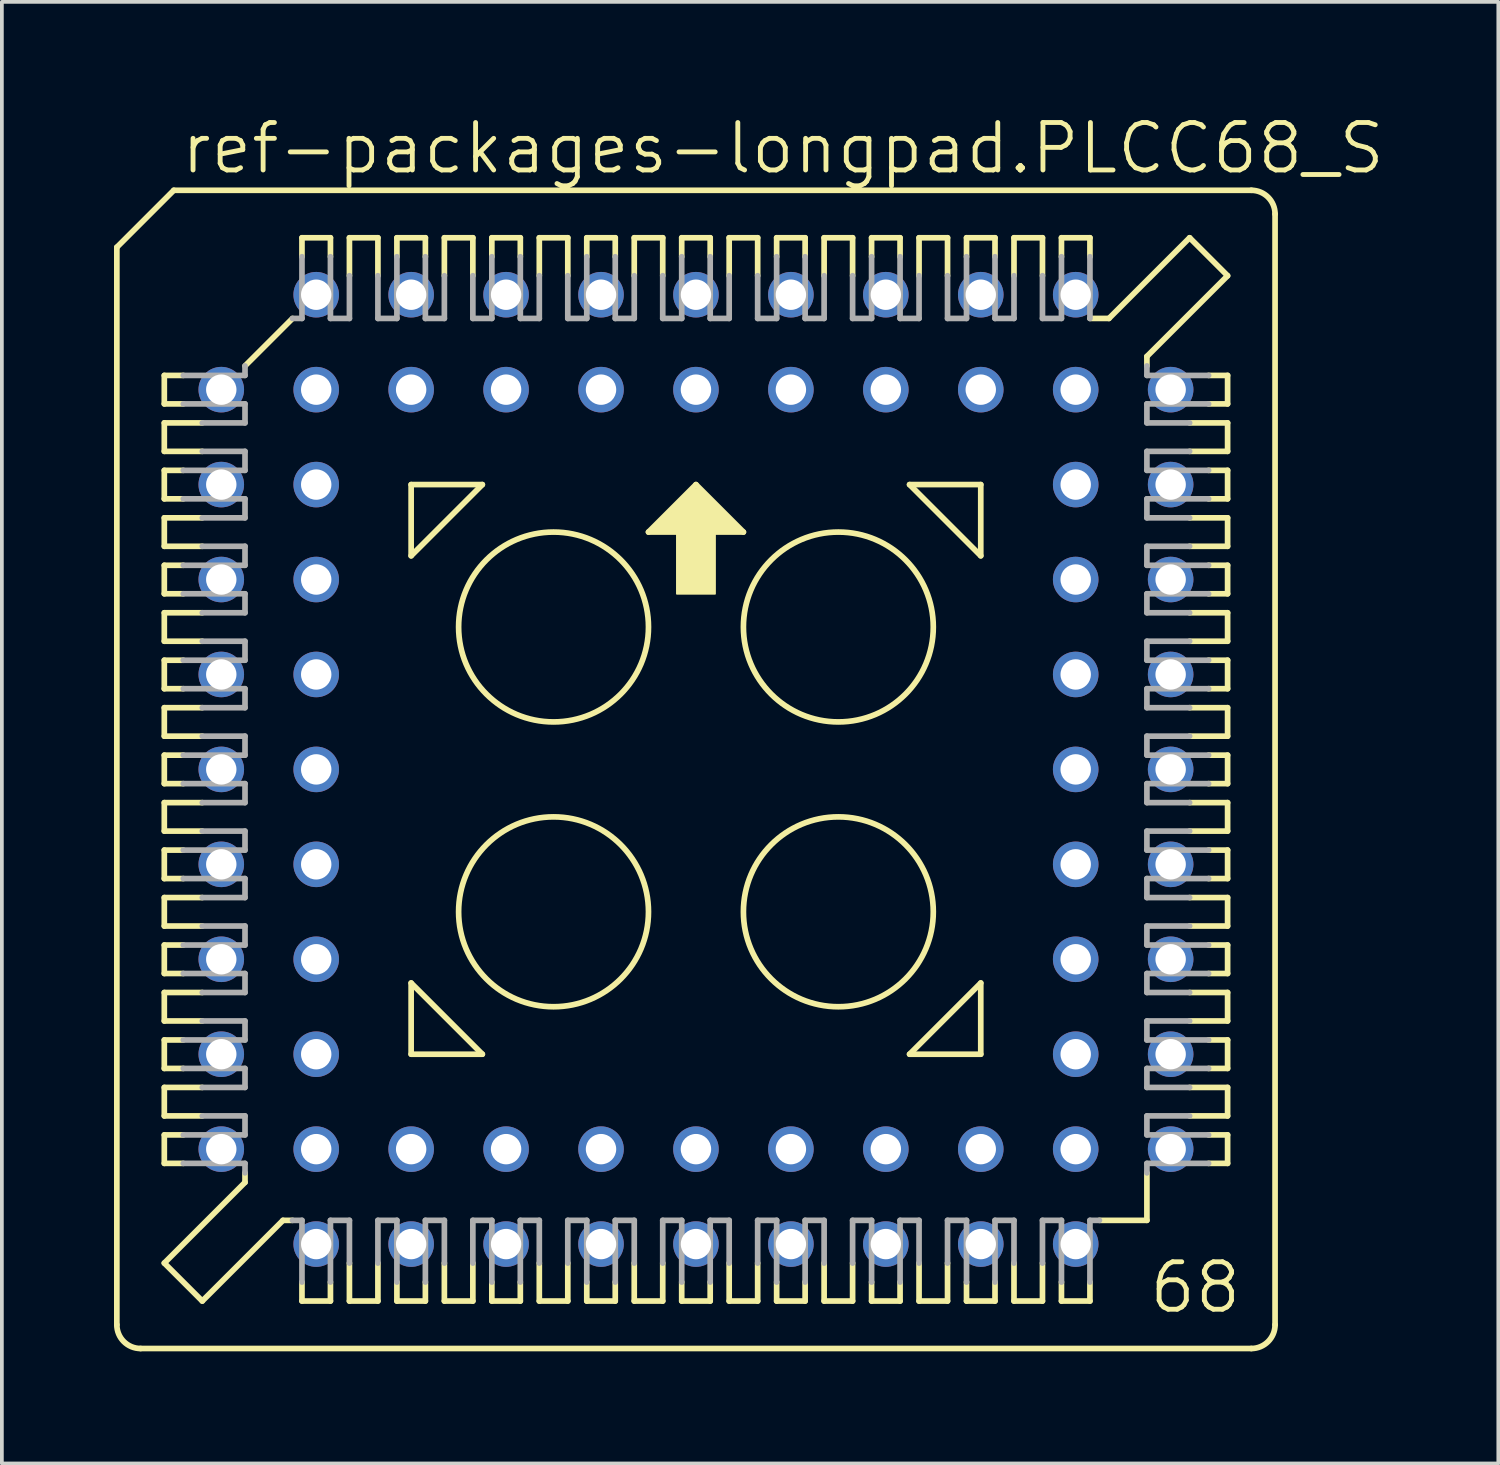
<source format=kicad_pcb>
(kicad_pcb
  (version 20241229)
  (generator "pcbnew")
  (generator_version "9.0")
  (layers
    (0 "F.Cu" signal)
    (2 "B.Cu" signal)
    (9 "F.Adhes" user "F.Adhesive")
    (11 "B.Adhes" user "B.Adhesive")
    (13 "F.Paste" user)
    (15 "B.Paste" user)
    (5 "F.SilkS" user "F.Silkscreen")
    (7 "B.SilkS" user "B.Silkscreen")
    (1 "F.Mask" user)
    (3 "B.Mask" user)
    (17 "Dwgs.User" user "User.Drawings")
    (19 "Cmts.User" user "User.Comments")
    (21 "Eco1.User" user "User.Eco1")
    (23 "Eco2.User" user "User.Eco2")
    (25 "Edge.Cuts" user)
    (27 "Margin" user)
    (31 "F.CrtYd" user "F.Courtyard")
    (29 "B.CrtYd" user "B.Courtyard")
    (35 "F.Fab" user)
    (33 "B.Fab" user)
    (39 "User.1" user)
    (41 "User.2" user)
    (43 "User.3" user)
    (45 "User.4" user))
  (footprint "ref-packages-longpad.PLCC68_S"
    (layer "F.Cu")
    (at 15.57 17.535)
    (property "Reference" "ref-packages-longpad.PLCC68_S" (at -13.843 -15.875 0) (layer "F.SilkS") (effects (font (size 1.27 1.27) (thickness 0.13)) (justify left bottom)))
    (attr through_hole)
    (fp_line (start -15.494 -13.97) (end -15.494 14.859) (stroke (width 0.152) (type default)) (layer "F.SilkS"))
    (fp_line (start -14.224 -10.541) (end -14.224 -9.779) (stroke (width 0.152) (type default)) (layer "F.SilkS"))
    (fp_line (start -14.224 -9.779) (end -13.716 -9.779) (stroke (width 0.152) (type default)) (layer "F.SilkS"))
    (fp_line (start -14.224 -9.271) (end -14.224 -8.509) (stroke (width 0.152) (type default)) (layer "F.SilkS"))
    (fp_line (start -14.224 -8.509) (end -13.208 -8.509) (stroke (width 0.152) (type default)) (layer "F.SilkS"))
    (fp_line (start -14.224 -8.001) (end -13.716 -8.001) (stroke (width 0.152) (type default)) (layer "F.SilkS"))
    (fp_line (start -14.224 -7.239) (end -14.224 -8.001) (stroke (width 0.152) (type default)) (layer "F.SilkS"))
    (fp_line (start -14.224 -6.731) (end -14.224 -5.969) (stroke (width 0.152) (type default)) (layer "F.SilkS"))
    (fp_line (start -14.224 -5.969) (end -13.208 -5.969) (stroke (width 0.152) (type default)) (layer "F.SilkS"))
    (fp_line (start -14.224 -5.461) (end -14.224 -4.699) (stroke (width 0.152) (type default)) (layer "F.SilkS"))
    (fp_line (start -14.224 -4.699) (end -13.716 -4.699) (stroke (width 0.152) (type default)) (layer "F.SilkS"))
    (fp_line (start -14.224 -4.191) (end -14.224 -3.429) (stroke (width 0.152) (type default)) (layer "F.SilkS"))
    (fp_line (start -14.224 -3.429) (end -13.208 -3.429) (stroke (width 0.152) (type default)) (layer "F.SilkS"))
    (fp_line (start -14.224 -2.921) (end -14.224 -2.159) (stroke (width 0.152) (type default)) (layer "F.SilkS"))
    (fp_line (start -14.224 -2.159) (end -13.716 -2.159) (stroke (width 0.152) (type default)) (layer "F.SilkS"))
    (fp_line (start -14.224 -1.651) (end -13.208 -1.651) (stroke (width 0.152) (type default)) (layer "F.SilkS"))
    (fp_line (start -14.224 -0.889) (end -14.224 -1.651) (stroke (width 0.152) (type default)) (layer "F.SilkS"))
    (fp_line (start -14.224 -0.381) (end -13.716 -0.381) (stroke (width 0.152) (type default)) (layer "F.SilkS"))
    (fp_line (start -14.224 0.381) (end -14.224 -0.381) (stroke (width 0.152) (type default)) (layer "F.SilkS"))
    (fp_line (start -14.224 0.889) (end -13.208 0.889) (stroke (width 0.152) (type default)) (layer "F.SilkS"))
    (fp_line (start -14.224 1.651) (end -14.224 0.889) (stroke (width 0.152) (type default)) (layer "F.SilkS"))
    (fp_line (start -14.224 2.159) (end -13.716 2.159) (stroke (width 0.152) (type default)) (layer "F.SilkS"))
    (fp_line (start -14.224 2.921) (end -14.224 2.159) (stroke (width 0.152) (type default)) (layer "F.SilkS"))
    (fp_line (start -14.224 3.429) (end -13.208 3.429) (stroke (width 0.152) (type default)) (layer "F.SilkS"))
    (fp_line (start -14.224 4.191) (end -14.224 3.429) (stroke (width 0.152) (type default)) (layer "F.SilkS"))
    (fp_line (start -14.224 4.699) (end -13.716 4.699) (stroke (width 0.152) (type default)) (layer "F.SilkS"))
    (fp_line (start -14.224 5.461) (end -14.224 4.699) (stroke (width 0.152) (type default)) (layer "F.SilkS"))
    (fp_line (start -14.224 5.969) (end -14.224 6.731) (stroke (width 0.152) (type default)) (layer "F.SilkS"))
    (fp_line (start -14.224 6.731) (end -13.208 6.731) (stroke (width 0.152) (type default)) (layer "F.SilkS"))
    (fp_line (start -14.224 7.239) (end -14.224 8.001) (stroke (width 0.152) (type default)) (layer "F.SilkS"))
    (fp_line (start -14.224 8.001) (end -13.716 8.001) (stroke (width 0.152) (type default)) (layer "F.SilkS"))
    (fp_line (start -14.224 8.509) (end -14.224 9.271) (stroke (width 0.152) (type default)) (layer "F.SilkS"))
    (fp_line (start -14.224 9.271) (end -13.208 9.271) (stroke (width 0.152) (type default)) (layer "F.SilkS"))
    (fp_line (start -14.224 9.779) (end -13.716 9.779) (stroke (width 0.152) (type default)) (layer "F.SilkS"))
    (fp_line (start -14.224 10.541) (end -14.224 9.779) (stroke (width 0.152) (type default)) (layer "F.SilkS"))
    (fp_line (start -14.224 13.208) (end -12.065 11.049) (stroke (width 0.152) (type default)) (layer "F.SilkS"))
    (fp_line (start -13.97 -15.494) (end -15.494 -13.97) (stroke (width 0.152) (type default)) (layer "F.SilkS"))
    (fp_line (start -13.716 -10.541) (end -14.224 -10.541) (stroke (width 0.152) (type default)) (layer "F.SilkS"))
    (fp_line (start -13.716 -7.239) (end -14.224 -7.239) (stroke (width 0.152) (type default)) (layer "F.SilkS"))
    (fp_line (start -13.716 -5.461) (end -14.224 -5.461) (stroke (width 0.152) (type default)) (layer "F.SilkS"))
    (fp_line (start -13.716 -2.921) (end -14.224 -2.921) (stroke (width 0.152) (type default)) (layer "F.SilkS"))
    (fp_line (start -13.716 0.381) (end -14.224 0.381) (stroke (width 0.152) (type default)) (layer "F.SilkS"))
    (fp_line (start -13.716 2.921) (end -14.224 2.921) (stroke (width 0.152) (type default)) (layer "F.SilkS"))
    (fp_line (start -13.716 5.461) (end -14.224 5.461) (stroke (width 0.152) (type default)) (layer "F.SilkS"))
    (fp_line (start -13.716 7.239) (end -14.224 7.239) (stroke (width 0.152) (type default)) (layer "F.SilkS"))
    (fp_line (start -13.716 10.541) (end -14.224 10.541) (stroke (width 0.152) (type default)) (layer "F.SilkS"))
    (fp_line (start -13.208 -9.271) (end -14.224 -9.271) (stroke (width 0.152) (type default)) (layer "F.SilkS"))
    (fp_line (start -13.208 -6.731) (end -14.224 -6.731) (stroke (width 0.152) (type default)) (layer "F.SilkS"))
    (fp_line (start -13.208 -4.191) (end -14.224 -4.191) (stroke (width 0.152) (type default)) (layer "F.SilkS"))
    (fp_line (start -13.208 -0.889) (end -14.224 -0.889) (stroke (width 0.152) (type default)) (layer "F.SilkS"))
    (fp_line (start -13.208 1.651) (end -14.224 1.651) (stroke (width 0.152) (type default)) (layer "F.SilkS"))
    (fp_line (start -13.208 4.191) (end -14.224 4.191) (stroke (width 0.152) (type default)) (layer "F.SilkS"))
    (fp_line (start -13.208 5.969) (end -14.224 5.969) (stroke (width 0.152) (type default)) (layer "F.SilkS"))
    (fp_line (start -13.208 8.509) (end -14.224 8.509) (stroke (width 0.152) (type default)) (layer "F.SilkS"))
    (fp_line (start -13.208 14.224) (end -14.224 13.208) (stroke (width 0.152) (type default)) (layer "F.SilkS"))
    (fp_line (start -13.208 14.224) (end -11.049 12.065) (stroke (width 0.152) (type default)) (layer "F.SilkS"))
    (fp_line (start -12.065 -10.795) (end -10.795 -12.065) (stroke (width 0.152) (type default)) (layer "F.SilkS"))
    (fp_line (start -12.065 11.049) (end -12.065 10.795) (stroke (width 0.152) (type default)) (layer "F.SilkS"))
    (fp_line (start -11.049 12.065) (end -10.795 12.065) (stroke (width 0.152) (type default)) (layer "F.SilkS"))
    (fp_line (start -10.541 -14.224) (end -10.541 -13.716) (stroke (width 0.152) (type default)) (layer "F.SilkS"))
    (fp_line (start -10.541 13.716) (end -10.541 14.224) (stroke (width 0.152) (type default)) (layer "F.SilkS"))
    (fp_line (start -10.541 14.224) (end -9.779 14.224) (stroke (width 0.152) (type default)) (layer "F.SilkS"))
    (fp_line (start -9.779 -14.224) (end -10.541 -14.224) (stroke (width 0.152) (type default)) (layer "F.SilkS"))
    (fp_line (start -9.779 -13.716) (end -9.779 -14.224) (stroke (width 0.152) (type default)) (layer "F.SilkS"))
    (fp_line (start -9.779 14.224) (end -9.779 13.716) (stroke (width 0.152) (type default)) (layer "F.SilkS"))
    (fp_line (start -9.271 -14.224) (end -9.271 -13.208) (stroke (width 0.152) (type default)) (layer "F.SilkS"))
    (fp_line (start -9.271 13.208) (end -9.271 14.224) (stroke (width 0.152) (type default)) (layer "F.SilkS"))
    (fp_line (start -9.271 14.224) (end -8.509 14.224) (stroke (width 0.152) (type default)) (layer "F.SilkS"))
    (fp_line (start -8.509 -14.224) (end -9.271 -14.224) (stroke (width 0.152) (type default)) (layer "F.SilkS"))
    (fp_line (start -8.509 -13.208) (end -8.509 -14.224) (stroke (width 0.152) (type default)) (layer "F.SilkS"))
    (fp_line (start -8.509 14.224) (end -8.509 13.208) (stroke (width 0.152) (type default)) (layer "F.SilkS"))
    (fp_line (start -8.001 -14.224) (end -8.001 -13.716) (stroke (width 0.152) (type default)) (layer "F.SilkS"))
    (fp_line (start -8.001 14.224) (end -8.001 13.716) (stroke (width 0.152) (type default)) (layer "F.SilkS"))
    (fp_line (start -7.62 -7.62) (end -5.715 -7.62) (stroke (width 0.152) (type default)) (layer "F.SilkS"))
    (fp_line (start -7.62 -5.715) (end -7.62 -7.62) (stroke (width 0.152) (type default)) (layer "F.SilkS"))
    (fp_line (start -7.62 5.715) (end -5.715 7.62) (stroke (width 0.152) (type default)) (layer "F.SilkS"))
    (fp_line (start -7.62 7.62) (end -7.62 5.715) (stroke (width 0.152) (type default)) (layer "F.SilkS"))
    (fp_line (start -7.239 -14.224) (end -8.001 -14.224) (stroke (width 0.152) (type default)) (layer "F.SilkS"))
    (fp_line (start -7.239 -13.716) (end -7.239 -14.224) (stroke (width 0.152) (type default)) (layer "F.SilkS"))
    (fp_line (start -7.239 13.716) (end -7.239 14.224) (stroke (width 0.152) (type default)) (layer "F.SilkS"))
    (fp_line (start -7.239 14.224) (end -8.001 14.224) (stroke (width 0.152) (type default)) (layer "F.SilkS"))
    (fp_line (start -6.731 -14.224) (end -6.731 -13.208) (stroke (width 0.152) (type default)) (layer "F.SilkS"))
    (fp_line (start -6.731 13.208) (end -6.731 14.224) (stroke (width 0.152) (type default)) (layer "F.SilkS"))
    (fp_line (start -6.731 14.224) (end -5.969 14.224) (stroke (width 0.152) (type default)) (layer "F.SilkS"))
    (fp_line (start -5.969 -14.224) (end -6.731 -14.224) (stroke (width 0.152) (type default)) (layer "F.SilkS"))
    (fp_line (start -5.969 -13.208) (end -5.969 -14.224) (stroke (width 0.152) (type default)) (layer "F.SilkS"))
    (fp_line (start -5.969 14.224) (end -5.969 13.208) (stroke (width 0.152) (type default)) (layer "F.SilkS"))
    (fp_line (start -5.715 -7.62) (end -7.62 -5.715) (stroke (width 0.152) (type default)) (layer "F.SilkS"))
    (fp_line (start -5.715 7.62) (end -7.62 7.62) (stroke (width 0.152) (type default)) (layer "F.SilkS"))
    (fp_line (start -5.461 -14.224) (end -5.461 -13.716) (stroke (width 0.152) (type default)) (layer "F.SilkS"))
    (fp_line (start -5.461 13.716) (end -5.461 14.224) (stroke (width 0.152) (type default)) (layer "F.SilkS"))
    (fp_line (start -5.461 14.224) (end -4.699 14.224) (stroke (width 0.152) (type default)) (layer "F.SilkS"))
    (fp_line (start -4.699 -14.224) (end -5.461 -14.224) (stroke (width 0.152) (type default)) (layer "F.SilkS"))
    (fp_line (start -4.699 -13.716) (end -4.699 -14.224) (stroke (width 0.152) (type default)) (layer "F.SilkS"))
    (fp_line (start -4.699 14.224) (end -4.699 13.716) (stroke (width 0.152) (type default)) (layer "F.SilkS"))
    (fp_line (start -4.191 -14.224) (end -4.191 -13.208) (stroke (width 0.152) (type default)) (layer "F.SilkS"))
    (fp_line (start -4.191 13.208) (end -4.191 14.224) (stroke (width 0.152) (type default)) (layer "F.SilkS"))
    (fp_line (start -4.191 14.224) (end -3.429 14.224) (stroke (width 0.152) (type default)) (layer "F.SilkS"))
    (fp_line (start -3.429 -14.224) (end -4.191 -14.224) (stroke (width 0.152) (type default)) (layer "F.SilkS"))
    (fp_line (start -3.429 -13.208) (end -3.429 -14.224) (stroke (width 0.152) (type default)) (layer "F.SilkS"))
    (fp_line (start -3.429 14.224) (end -3.429 13.208) (stroke (width 0.152) (type default)) (layer "F.SilkS"))
    (fp_line (start -2.921 -14.224) (end -2.921 -13.716) (stroke (width 0.152) (type default)) (layer "F.SilkS"))
    (fp_line (start -2.921 13.716) (end -2.921 14.224) (stroke (width 0.152) (type default)) (layer "F.SilkS"))
    (fp_line (start -2.921 14.224) (end -2.159 14.224) (stroke (width 0.152) (type default)) (layer "F.SilkS"))
    (fp_line (start -2.159 -14.224) (end -2.921 -14.224) (stroke (width 0.152) (type default)) (layer "F.SilkS"))
    (fp_line (start -2.159 -13.716) (end -2.159 -14.224) (stroke (width 0.152) (type default)) (layer "F.SilkS"))
    (fp_line (start -2.159 14.224) (end -2.159 13.716) (stroke (width 0.152) (type default)) (layer "F.SilkS"))
    (fp_line (start -1.651 -14.224) (end -1.651 -13.208) (stroke (width 0.152) (type default)) (layer "F.SilkS"))
    (fp_line (start -1.651 13.208) (end -1.651 14.224) (stroke (width 0.152) (type default)) (layer "F.SilkS"))
    (fp_line (start -1.651 14.224) (end -0.889 14.224) (stroke (width 0.152) (type default)) (layer "F.SilkS"))
    (fp_line (start -1.27 -6.35) (end 1.27 -6.35) (stroke (width 0.152) (type default)) (layer "F.SilkS"))
    (fp_line (start -0.889 -14.224) (end -1.651 -14.224) (stroke (width 0.152) (type default)) (layer "F.SilkS"))
    (fp_line (start -0.889 -13.208) (end -0.889 -14.224) (stroke (width 0.152) (type default)) (layer "F.SilkS"))
    (fp_line (start -0.889 14.224) (end -0.889 13.208) (stroke (width 0.152) (type default)) (layer "F.SilkS"))
    (fp_line (start -0.381 -14.224) (end -0.381 -13.716) (stroke (width 0.152) (type default)) (layer "F.SilkS"))
    (fp_line (start -0.381 13.716) (end -0.381 14.224) (stroke (width 0.152) (type default)) (layer "F.SilkS"))
    (fp_line (start -0.381 14.224) (end 0.381 14.224) (stroke (width 0.152) (type default)) (layer "F.SilkS"))
    (fp_line (start 0 -7.62) (end -1.27 -6.35) (stroke (width 0.152) (type default)) (layer "F.SilkS"))
    (fp_line (start 0.381 -14.224) (end -0.381 -14.224) (stroke (width 0.152) (type default)) (layer "F.SilkS"))
    (fp_line (start 0.381 -13.716) (end 0.381 -14.224) (stroke (width 0.152) (type default)) (layer "F.SilkS"))
    (fp_line (start 0.381 14.224) (end 0.381 13.716) (stroke (width 0.152) (type default)) (layer "F.SilkS"))
    (fp_line (start 0.889 -14.224) (end 0.889 -13.208) (stroke (width 0.152) (type default)) (layer "F.SilkS"))
    (fp_line (start 0.889 13.208) (end 0.889 14.224) (stroke (width 0.152) (type default)) (layer "F.SilkS"))
    (fp_line (start 0.889 14.224) (end 1.651 14.224) (stroke (width 0.152) (type default)) (layer "F.SilkS"))
    (fp_line (start 1.27 -6.35) (end 0 -7.62) (stroke (width 0.152) (type default)) (layer "F.SilkS"))
    (fp_line (start 1.651 -14.224) (end 0.889 -14.224) (stroke (width 0.152) (type default)) (layer "F.SilkS"))
    (fp_line (start 1.651 -13.208) (end 1.651 -14.224) (stroke (width 0.152) (type default)) (layer "F.SilkS"))
    (fp_line (start 1.651 14.224) (end 1.651 13.208) (stroke (width 0.152) (type default)) (layer "F.SilkS"))
    (fp_line (start 2.159 -14.224) (end 2.159 -13.716) (stroke (width 0.152) (type default)) (layer "F.SilkS"))
    (fp_line (start 2.159 13.716) (end 2.159 14.224) (stroke (width 0.152) (type default)) (layer "F.SilkS"))
    (fp_line (start 2.159 14.224) (end 2.921 14.224) (stroke (width 0.152) (type default)) (layer "F.SilkS"))
    (fp_line (start 2.921 -14.224) (end 2.159 -14.224) (stroke (width 0.152) (type default)) (layer "F.SilkS"))
    (fp_line (start 2.921 -13.716) (end 2.921 -14.224) (stroke (width 0.152) (type default)) (layer "F.SilkS"))
    (fp_line (start 2.921 14.224) (end 2.921 13.716) (stroke (width 0.152) (type default)) (layer "F.SilkS"))
    (fp_line (start 3.429 -14.224) (end 3.429 -13.208) (stroke (width 0.152) (type default)) (layer "F.SilkS"))
    (fp_line (start 3.429 13.208) (end 3.429 14.224) (stroke (width 0.152) (type default)) (layer "F.SilkS"))
    (fp_line (start 3.429 14.224) (end 4.191 14.224) (stroke (width 0.152) (type default)) (layer "F.SilkS"))
    (fp_line (start 4.191 -14.224) (end 3.429 -14.224) (stroke (width 0.152) (type default)) (layer "F.SilkS"))
    (fp_line (start 4.191 -13.208) (end 4.191 -14.224) (stroke (width 0.152) (type default)) (layer "F.SilkS"))
    (fp_line (start 4.191 14.224) (end 4.191 13.208) (stroke (width 0.152) (type default)) (layer "F.SilkS"))
    (fp_line (start 4.699 -14.224) (end 4.699 -13.716) (stroke (width 0.152) (type default)) (layer "F.SilkS"))
    (fp_line (start 4.699 13.716) (end 4.699 14.224) (stroke (width 0.152) (type default)) (layer "F.SilkS"))
    (fp_line (start 4.699 14.224) (end 5.461 14.224) (stroke (width 0.152) (type default)) (layer "F.SilkS"))
    (fp_line (start 5.461 -14.224) (end 4.699 -14.224) (stroke (width 0.152) (type default)) (layer "F.SilkS"))
    (fp_line (start 5.461 -13.716) (end 5.461 -14.224) (stroke (width 0.152) (type default)) (layer "F.SilkS"))
    (fp_line (start 5.461 14.224) (end 5.461 13.716) (stroke (width 0.152) (type default)) (layer "F.SilkS"))
    (fp_line (start 5.715 -7.62) (end 7.62 -7.62) (stroke (width 0.152) (type default)) (layer "F.SilkS"))
    (fp_line (start 5.715 7.62) (end 7.62 7.62) (stroke (width 0.152) (type default)) (layer "F.SilkS"))
    (fp_line (start 5.969 -14.224) (end 5.969 -13.208) (stroke (width 0.152) (type default)) (layer "F.SilkS"))
    (fp_line (start 5.969 13.208) (end 5.969 14.224) (stroke (width 0.152) (type default)) (layer "F.SilkS"))
    (fp_line (start 5.969 14.224) (end 6.731 14.224) (stroke (width 0.152) (type default)) (layer "F.SilkS"))
    (fp_line (start 6.731 -14.224) (end 5.969 -14.224) (stroke (width 0.152) (type default)) (layer "F.SilkS"))
    (fp_line (start 6.731 -13.208) (end 6.731 -14.224) (stroke (width 0.152) (type default)) (layer "F.SilkS"))
    (fp_line (start 6.731 14.224) (end 6.731 13.208) (stroke (width 0.152) (type default)) (layer "F.SilkS"))
    (fp_line (start 7.239 -14.224) (end 8.001 -14.224) (stroke (width 0.152) (type default)) (layer "F.SilkS"))
    (fp_line (start 7.239 -13.716) (end 7.239 -14.224) (stroke (width 0.152) (type default)) (layer "F.SilkS"))
    (fp_line (start 7.239 13.716) (end 7.239 14.224) (stroke (width 0.152) (type default)) (layer "F.SilkS"))
    (fp_line (start 7.239 14.224) (end 8.001 14.224) (stroke (width 0.152) (type default)) (layer "F.SilkS"))
    (fp_line (start 7.62 -7.62) (end 7.62 -5.715) (stroke (width 0.152) (type default)) (layer "F.SilkS"))
    (fp_line (start 7.62 -5.715) (end 5.715 -7.62) (stroke (width 0.152) (type default)) (layer "F.SilkS"))
    (fp_line (start 7.62 5.715) (end 5.715 7.62) (stroke (width 0.152) (type default)) (layer "F.SilkS"))
    (fp_line (start 7.62 7.62) (end 7.62 5.715) (stroke (width 0.152) (type default)) (layer "F.SilkS"))
    (fp_line (start 8.001 -14.224) (end 8.001 -13.716) (stroke (width 0.152) (type default)) (layer "F.SilkS"))
    (fp_line (start 8.001 14.224) (end 8.001 13.716) (stroke (width 0.152) (type default)) (layer "F.SilkS"))
    (fp_line (start 8.509 -14.224) (end 8.509 -13.208) (stroke (width 0.152) (type default)) (layer "F.SilkS"))
    (fp_line (start 8.509 13.208) (end 8.509 14.224) (stroke (width 0.152) (type default)) (layer "F.SilkS"))
    (fp_line (start 8.509 14.224) (end 9.271 14.224) (stroke (width 0.152) (type default)) (layer "F.SilkS"))
    (fp_line (start 9.271 -14.224) (end 8.509 -14.224) (stroke (width 0.152) (type default)) (layer "F.SilkS"))
    (fp_line (start 9.271 -13.208) (end 9.271 -14.224) (stroke (width 0.152) (type default)) (layer "F.SilkS"))
    (fp_line (start 9.271 14.224) (end 9.271 13.208) (stroke (width 0.152) (type default)) (layer "F.SilkS"))
    (fp_line (start 9.779 -14.224) (end 9.779 -13.716) (stroke (width 0.152) (type default)) (layer "F.SilkS"))
    (fp_line (start 9.779 13.716) (end 9.779 14.224) (stroke (width 0.152) (type default)) (layer "F.SilkS"))
    (fp_line (start 9.779 14.224) (end 10.541 14.224) (stroke (width 0.152) (type default)) (layer "F.SilkS"))
    (fp_line (start 10.541 -14.224) (end 9.779 -14.224) (stroke (width 0.152) (type default)) (layer "F.SilkS"))
    (fp_line (start 10.541 -13.716) (end 10.541 -14.224) (stroke (width 0.152) (type default)) (layer "F.SilkS"))
    (fp_line (start 10.541 14.224) (end 10.541 13.716) (stroke (width 0.152) (type default)) (layer "F.SilkS"))
    (fp_line (start 10.795 12.065) (end 12.065 12.065) (stroke (width 0.152) (type default)) (layer "F.SilkS"))
    (fp_line (start 11.049 -12.065) (end 10.541 -12.065) (stroke (width 0.152) (type default)) (layer "F.SilkS"))
    (fp_line (start 12.065 -11.049) (end 12.065 -10.795) (stroke (width 0.152) (type default)) (layer "F.SilkS"))
    (fp_line (start 12.065 12.065) (end 12.065 10.795) (stroke (width 0.152) (type default)) (layer "F.SilkS"))
    (fp_line (start 13.208 -14.224) (end 11.049 -12.065) (stroke (width 0.152) (type default)) (layer "F.SilkS"))
    (fp_line (start 13.208 -8.509) (end 14.224 -8.509) (stroke (width 0.152) (type default)) (layer "F.SilkS"))
    (fp_line (start 13.208 -5.969) (end 14.224 -5.969) (stroke (width 0.152) (type default)) (layer "F.SilkS"))
    (fp_line (start 13.208 -4.191) (end 14.224 -4.191) (stroke (width 0.152) (type default)) (layer "F.SilkS"))
    (fp_line (start 13.208 -1.651) (end 14.224 -1.651) (stroke (width 0.152) (type default)) (layer "F.SilkS"))
    (fp_line (start 13.208 0.889) (end 14.224 0.889) (stroke (width 0.152) (type default)) (layer "F.SilkS"))
    (fp_line (start 13.208 4.191) (end 14.224 4.191) (stroke (width 0.152) (type default)) (layer "F.SilkS"))
    (fp_line (start 13.208 6.731) (end 14.224 6.731) (stroke (width 0.152) (type default)) (layer "F.SilkS"))
    (fp_line (start 13.208 9.271) (end 14.224 9.271) (stroke (width 0.152) (type default)) (layer "F.SilkS"))
    (fp_line (start 13.716 -10.541) (end 14.224 -10.541) (stroke (width 0.152) (type default)) (layer "F.SilkS"))
    (fp_line (start 13.716 -7.239) (end 14.224 -7.239) (stroke (width 0.152) (type default)) (layer "F.SilkS"))
    (fp_line (start 13.716 -5.461) (end 14.224 -5.461) (stroke (width 0.152) (type default)) (layer "F.SilkS"))
    (fp_line (start 13.716 -2.921) (end 14.224 -2.921) (stroke (width 0.152) (type default)) (layer "F.SilkS"))
    (fp_line (start 13.716 -0.381) (end 14.224 -0.381) (stroke (width 0.152) (type default)) (layer "F.SilkS"))
    (fp_line (start 13.716 2.921) (end 14.224 2.921) (stroke (width 0.152) (type default)) (layer "F.SilkS"))
    (fp_line (start 13.716 5.461) (end 14.224 5.461) (stroke (width 0.152) (type default)) (layer "F.SilkS"))
    (fp_line (start 13.716 7.239) (end 14.224 7.239) (stroke (width 0.152) (type default)) (layer "F.SilkS"))
    (fp_line (start 13.716 10.541) (end 14.224 10.541) (stroke (width 0.152) (type default)) (layer "F.SilkS"))
    (fp_line (start 14.224 -13.208) (end 12.065 -11.049) (stroke (width 0.152) (type default)) (layer "F.SilkS"))
    (fp_line (start 14.224 -13.208) (end 13.208 -14.224) (stroke (width 0.152) (type default)) (layer "F.SilkS"))
    (fp_line (start 14.224 -10.541) (end 14.224 -9.779) (stroke (width 0.152) (type default)) (layer "F.SilkS"))
    (fp_line (start 14.224 -9.779) (end 13.716 -9.779) (stroke (width 0.152) (type default)) (layer "F.SilkS"))
    (fp_line (start 14.224 -9.271) (end 13.208 -9.271) (stroke (width 0.152) (type default)) (layer "F.SilkS"))
    (fp_line (start 14.224 -8.509) (end 14.224 -9.271) (stroke (width 0.152) (type default)) (layer "F.SilkS"))
    (fp_line (start 14.224 -8.001) (end 13.716 -8.001) (stroke (width 0.152) (type default)) (layer "F.SilkS"))
    (fp_line (start 14.224 -7.239) (end 14.224 -8.001) (stroke (width 0.152) (type default)) (layer "F.SilkS"))
    (fp_line (start 14.224 -6.731) (end 13.208 -6.731) (stroke (width 0.152) (type default)) (layer "F.SilkS"))
    (fp_line (start 14.224 -5.969) (end 14.224 -6.731) (stroke (width 0.152) (type default)) (layer "F.SilkS"))
    (fp_line (start 14.224 -5.461) (end 14.224 -4.699) (stroke (width 0.152) (type default)) (layer "F.SilkS"))
    (fp_line (start 14.224 -4.699) (end 13.716 -4.699) (stroke (width 0.152) (type default)) (layer "F.SilkS"))
    (fp_line (start 14.224 -4.191) (end 14.224 -3.429) (stroke (width 0.152) (type default)) (layer "F.SilkS"))
    (fp_line (start 14.224 -3.429) (end 13.208 -3.429) (stroke (width 0.152) (type default)) (layer "F.SilkS"))
    (fp_line (start 14.224 -2.921) (end 14.224 -2.159) (stroke (width 0.152) (type default)) (layer "F.SilkS"))
    (fp_line (start 14.224 -2.159) (end 13.716 -2.159) (stroke (width 0.152) (type default)) (layer "F.SilkS"))
    (fp_line (start 14.224 -1.651) (end 14.224 -0.889) (stroke (width 0.152) (type default)) (layer "F.SilkS"))
    (fp_line (start 14.224 -0.889) (end 13.208 -0.889) (stroke (width 0.152) (type default)) (layer "F.SilkS"))
    (fp_line (start 14.224 -0.381) (end 14.224 0.381) (stroke (width 0.152) (type default)) (layer "F.SilkS"))
    (fp_line (start 14.224 0.381) (end 13.716 0.381) (stroke (width 0.152) (type default)) (layer "F.SilkS"))
    (fp_line (start 14.224 0.889) (end 14.224 1.651) (stroke (width 0.152) (type default)) (layer "F.SilkS"))
    (fp_line (start 14.224 1.651) (end 13.208 1.651) (stroke (width 0.152) (type default)) (layer "F.SilkS"))
    (fp_line (start 14.224 2.159) (end 13.716 2.159) (stroke (width 0.152) (type default)) (layer "F.SilkS"))
    (fp_line (start 14.224 2.921) (end 14.224 2.159) (stroke (width 0.152) (type default)) (layer "F.SilkS"))
    (fp_line (start 14.224 3.429) (end 13.208 3.429) (stroke (width 0.152) (type default)) (layer "F.SilkS"))
    (fp_line (start 14.224 4.191) (end 14.224 3.429) (stroke (width 0.152) (type default)) (layer "F.SilkS"))
    (fp_line (start 14.224 4.699) (end 13.716 4.699) (stroke (width 0.152) (type default)) (layer "F.SilkS"))
    (fp_line (start 14.224 5.461) (end 14.224 4.699) (stroke (width 0.152) (type default)) (layer "F.SilkS"))
    (fp_line (start 14.224 5.969) (end 13.208 5.969) (stroke (width 0.152) (type default)) (layer "F.SilkS"))
    (fp_line (start 14.224 6.731) (end 14.224 5.969) (stroke (width 0.152) (type default)) (layer "F.SilkS"))
    (fp_line (start 14.224 7.239) (end 14.224 8.001) (stroke (width 0.152) (type default)) (layer "F.SilkS"))
    (fp_line (start 14.224 8.001) (end 13.716 8.001) (stroke (width 0.152) (type default)) (layer "F.SilkS"))
    (fp_line (start 14.224 8.509) (end 13.208 8.509) (stroke (width 0.152) (type default)) (layer "F.SilkS"))
    (fp_line (start 14.224 9.271) (end 14.224 8.509) (stroke (width 0.152) (type default)) (layer "F.SilkS"))
    (fp_line (start 14.224 9.779) (end 13.716 9.779) (stroke (width 0.152) (type default)) (layer "F.SilkS"))
    (fp_line (start 14.224 10.541) (end 14.224 9.779) (stroke (width 0.152) (type default)) (layer "F.SilkS"))
    (fp_line (start 14.859 -15.494) (end -13.97 -15.494) (stroke (width 0.152) (type default)) (layer "F.SilkS"))
    (fp_line (start 14.859 15.494) (end -14.859 15.494) (stroke (width 0.152) (type default)) (layer "F.SilkS"))
    (fp_line (start 15.494 -14.859) (end 15.494 14.859) (stroke (width 0.152) (type default)) (layer "F.SilkS"))
    (fp_rect (start -1.143 -6.35) (end -0.889 -6.477) (stroke (width 0.05) (type default)) (fill yes) (layer "F.SilkS"))
    (fp_rect (start -1.016 -6.477) (end -0.889 -6.604) (stroke (width 0.05) (type default)) (fill yes) (layer "F.SilkS"))
    (fp_rect (start -0.889 -6.35) (end 0.889 -6.731) (stroke (width 0.05) (type default)) (fill yes) (layer "F.SilkS"))
    (fp_rect (start -0.762 -6.731) (end -0.635 -6.858) (stroke (width 0.05) (type default)) (fill yes) (layer "F.SilkS"))
    (fp_rect (start -0.635 -6.731) (end 0.635 -6.985) (stroke (width 0.05) (type default)) (fill yes) (layer "F.SilkS"))
    (fp_rect (start -0.508 -6.985) (end -0.381 -7.112) (stroke (width 0.05) (type default)) (fill yes) (layer "F.SilkS"))
    (fp_rect (start -0.508 -4.699) (end 0.508 -6.604) (stroke (width 0.05) (type default)) (fill yes) (layer "F.SilkS"))
    (fp_rect (start -0.381 -6.985) (end 0.381 -7.239) (stroke (width 0.05) (type default)) (fill yes) (layer "F.SilkS"))
    (fp_rect (start -0.254 -7.239) (end -0.127 -7.366) (stroke (width 0.05) (type default)) (fill yes) (layer "F.SilkS"))
    (fp_rect (start -0.127 -7.239) (end 0.127 -7.493) (stroke (width 0.05) (type default)) (fill yes) (layer "F.SilkS"))
    (fp_rect (start 0.127 -7.239) (end 0.254 -7.366) (stroke (width 0.05) (type default)) (fill yes) (layer "F.SilkS"))
    (fp_rect (start 0.381 -6.985) (end 0.508 -7.112) (stroke (width 0.05) (type default)) (fill yes) (layer "F.SilkS"))
    (fp_rect (start 0.635 -6.731) (end 0.762 -6.858) (stroke (width 0.05) (type default)) (fill yes) (layer "F.SilkS"))
    (fp_rect (start 0.889 -6.477) (end 1.016 -6.604) (stroke (width 0.05) (type default)) (fill yes) (layer "F.SilkS"))
    (fp_rect (start 0.889 -6.35) (end 1.143 -6.477) (stroke (width 0.05) (type default)) (fill yes) (layer "F.SilkS"))
    (fp_arc (start -14.859 15.494) (mid -15.308013 15.308013) (end -15.494 14.859) (stroke (width 0.1524) (type default)) (layer "F.SilkS"))
    (fp_arc (start 14.859 -15.494) (mid 15.308013 -15.308013) (end 15.494 -14.859) (stroke (width 0.1524) (type default)) (layer "F.SilkS"))
    (fp_arc (start 15.494 14.859) (mid 15.308013 15.308013) (end 14.859 15.494) (stroke (width 0.1524) (type default)) (layer "F.SilkS"))
    (fp_circle (center -3.81 -3.81) (end -1.27 -3.81) (stroke (width 0.152) (type default)) (fill no) (layer "F.SilkS"))
    (fp_circle (center -3.81 3.81) (end -1.27 3.81) (stroke (width 0.152) (type default)) (fill no) (layer "F.SilkS"))
    (fp_circle (center 3.81 -3.81) (end 6.35 -3.81) (stroke (width 0.152) (type default)) (fill no) (layer "F.SilkS"))
    (fp_circle (center 3.81 3.81) (end 6.35 3.81) (stroke (width 0.152) (type default)) (fill no) (layer "F.SilkS"))
    (fp_line (start -13.716 -10.541) (end -12.065 -10.541) (stroke (width 0.152) (type default)) (layer "F.Fab"))
    (fp_line (start -13.716 -7.239) (end -12.065 -7.239) (stroke (width 0.152) (type default)) (layer "F.Fab"))
    (fp_line (start -13.716 -5.461) (end -12.065 -5.461) (stroke (width 0.152) (type default)) (layer "F.Fab"))
    (fp_line (start -13.716 -2.921) (end -12.065 -2.921) (stroke (width 0.152) (type default)) (layer "F.Fab"))
    (fp_line (start -13.716 0.381) (end -12.065 0.381) (stroke (width 0.152) (type default)) (layer "F.Fab"))
    (fp_line (start -13.716 2.921) (end -12.065 2.921) (stroke (width 0.152) (type default)) (layer "F.Fab"))
    (fp_line (start -13.716 5.461) (end -12.065 5.461) (stroke (width 0.152) (type default)) (layer "F.Fab"))
    (fp_line (start -13.716 7.239) (end -12.065 7.239) (stroke (width 0.152) (type default)) (layer "F.Fab"))
    (fp_line (start -13.716 9.779) (end -12.065 9.779) (stroke (width 0.152) (type default)) (layer "F.Fab"))
    (fp_line (start -13.716 10.541) (end -12.065 10.541) (stroke (width 0.152) (type default)) (layer "F.Fab"))
    (fp_line (start -13.208 -9.271) (end -12.065 -9.271) (stroke (width 0.152) (type default)) (layer "F.Fab"))
    (fp_line (start -13.208 -6.731) (end -12.065 -6.731) (stroke (width 0.152) (type default)) (layer "F.Fab"))
    (fp_line (start -13.208 -4.191) (end -12.065 -4.191) (stroke (width 0.152) (type default)) (layer "F.Fab"))
    (fp_line (start -13.208 -0.889) (end -12.065 -0.889) (stroke (width 0.152) (type default)) (layer "F.Fab"))
    (fp_line (start -13.208 1.651) (end -12.065 1.651) (stroke (width 0.152) (type default)) (layer "F.Fab"))
    (fp_line (start -13.208 4.191) (end -12.065 4.191) (stroke (width 0.152) (type default)) (layer "F.Fab"))
    (fp_line (start -13.208 5.969) (end -12.065 5.969) (stroke (width 0.152) (type default)) (layer "F.Fab"))
    (fp_line (start -13.208 8.509) (end -12.065 8.509) (stroke (width 0.152) (type default)) (layer "F.Fab"))
    (fp_line (start -12.065 -10.541) (end -12.065 -10.795) (stroke (width 0.152) (type default)) (layer "F.Fab"))
    (fp_line (start -12.065 -9.779) (end -13.716 -9.779) (stroke (width 0.152) (type default)) (layer "F.Fab"))
    (fp_line (start -12.065 -9.779) (end -12.065 -9.271) (stroke (width 0.152) (type default)) (layer "F.Fab"))
    (fp_line (start -12.065 -8.509) (end -13.208 -8.509) (stroke (width 0.152) (type default)) (layer "F.Fab"))
    (fp_line (start -12.065 -8.001) (end -13.716 -8.001) (stroke (width 0.152) (type default)) (layer "F.Fab"))
    (fp_line (start -12.065 -8.001) (end -12.065 -8.509) (stroke (width 0.152) (type default)) (layer "F.Fab"))
    (fp_line (start -12.065 -6.731) (end -12.065 -7.239) (stroke (width 0.152) (type default)) (layer "F.Fab"))
    (fp_line (start -12.065 -5.969) (end -13.208 -5.969) (stroke (width 0.152) (type default)) (layer "F.Fab"))
    (fp_line (start -12.065 -5.969) (end -12.065 -5.461) (stroke (width 0.152) (type default)) (layer "F.Fab"))
    (fp_line (start -12.065 -4.699) (end -13.716 -4.699) (stroke (width 0.152) (type default)) (layer "F.Fab"))
    (fp_line (start -12.065 -4.699) (end -12.065 -4.191) (stroke (width 0.152) (type default)) (layer "F.Fab"))
    (fp_line (start -12.065 -3.429) (end -13.208 -3.429) (stroke (width 0.152) (type default)) (layer "F.Fab"))
    (fp_line (start -12.065 -3.429) (end -12.065 -2.921) (stroke (width 0.152) (type default)) (layer "F.Fab"))
    (fp_line (start -12.065 -2.159) (end -13.716 -2.159) (stroke (width 0.152) (type default)) (layer "F.Fab"))
    (fp_line (start -12.065 -2.159) (end -12.065 -1.651) (stroke (width 0.152) (type default)) (layer "F.Fab"))
    (fp_line (start -12.065 -1.651) (end -13.208 -1.651) (stroke (width 0.152) (type default)) (layer "F.Fab"))
    (fp_line (start -12.065 -0.381) (end -13.716 -0.381) (stroke (width 0.152) (type default)) (layer "F.Fab"))
    (fp_line (start -12.065 -0.381) (end -12.065 -0.889) (stroke (width 0.152) (type default)) (layer "F.Fab"))
    (fp_line (start -12.065 0.889) (end -13.208 0.889) (stroke (width 0.152) (type default)) (layer "F.Fab"))
    (fp_line (start -12.065 0.889) (end -12.065 0.381) (stroke (width 0.152) (type default)) (layer "F.Fab"))
    (fp_line (start -12.065 2.159) (end -13.716 2.159) (stroke (width 0.152) (type default)) (layer "F.Fab"))
    (fp_line (start -12.065 2.159) (end -12.065 1.651) (stroke (width 0.152) (type default)) (layer "F.Fab"))
    (fp_line (start -12.065 3.429) (end -13.208 3.429) (stroke (width 0.152) (type default)) (layer "F.Fab"))
    (fp_line (start -12.065 3.429) (end -12.065 2.921) (stroke (width 0.152) (type default)) (layer "F.Fab"))
    (fp_line (start -12.065 4.699) (end -13.716 4.699) (stroke (width 0.152) (type default)) (layer "F.Fab"))
    (fp_line (start -12.065 4.699) (end -12.065 4.191) (stroke (width 0.152) (type default)) (layer "F.Fab"))
    (fp_line (start -12.065 5.461) (end -12.065 5.969) (stroke (width 0.152) (type default)) (layer "F.Fab"))
    (fp_line (start -12.065 6.731) (end -13.208 6.731) (stroke (width 0.152) (type default)) (layer "F.Fab"))
    (fp_line (start -12.065 6.731) (end -12.065 7.239) (stroke (width 0.152) (type default)) (layer "F.Fab"))
    (fp_line (start -12.065 8.001) (end -13.716 8.001) (stroke (width 0.152) (type default)) (layer "F.Fab"))
    (fp_line (start -12.065 8.001) (end -12.065 8.509) (stroke (width 0.152) (type default)) (layer "F.Fab"))
    (fp_line (start -12.065 9.271) (end -13.208 9.271) (stroke (width 0.152) (type default)) (layer "F.Fab"))
    (fp_line (start -12.065 9.271) (end -12.065 9.779) (stroke (width 0.152) (type default)) (layer "F.Fab"))
    (fp_line (start -12.065 10.541) (end -12.065 10.795) (stroke (width 0.152) (type default)) (layer "F.Fab"))
    (fp_line (start -10.795 -12.065) (end -10.541 -12.065) (stroke (width 0.152) (type default)) (layer "F.Fab"))
    (fp_line (start -10.541 -12.065) (end -10.541 -13.716) (stroke (width 0.152) (type default)) (layer "F.Fab"))
    (fp_line (start -10.541 12.065) (end -10.795 12.065) (stroke (width 0.152) (type default)) (layer "F.Fab"))
    (fp_line (start -10.541 13.716) (end -10.541 12.065) (stroke (width 0.152) (type default)) (layer "F.Fab"))
    (fp_line (start -9.779 -13.716) (end -9.779 -12.065) (stroke (width 0.152) (type default)) (layer "F.Fab"))
    (fp_line (start -9.779 12.065) (end -9.779 13.716) (stroke (width 0.152) (type default)) (layer "F.Fab"))
    (fp_line (start -9.779 12.065) (end -9.271 12.065) (stroke (width 0.152) (type default)) (layer "F.Fab"))
    (fp_line (start -9.271 -12.065) (end -9.779 -12.065) (stroke (width 0.152) (type default)) (layer "F.Fab"))
    (fp_line (start -9.271 -12.065) (end -9.271 -13.208) (stroke (width 0.152) (type default)) (layer "F.Fab"))
    (fp_line (start -9.271 13.208) (end -9.271 12.065) (stroke (width 0.152) (type default)) (layer "F.Fab"))
    (fp_line (start -8.509 -13.208) (end -8.509 -12.065) (stroke (width 0.152) (type default)) (layer "F.Fab"))
    (fp_line (start -8.509 12.065) (end -8.509 13.208) (stroke (width 0.152) (type default)) (layer "F.Fab"))
    (fp_line (start -8.001 -12.065) (end -8.509 -12.065) (stroke (width 0.152) (type default)) (layer "F.Fab"))
    (fp_line (start -8.001 -12.065) (end -8.001 -13.716) (stroke (width 0.152) (type default)) (layer "F.Fab"))
    (fp_line (start -8.001 12.065) (end -8.509 12.065) (stroke (width 0.152) (type default)) (layer "F.Fab"))
    (fp_line (start -8.001 12.065) (end -8.001 13.716) (stroke (width 0.152) (type default)) (layer "F.Fab"))
    (fp_line (start -7.239 -13.716) (end -7.239 -12.065) (stroke (width 0.152) (type default)) (layer "F.Fab"))
    (fp_line (start -7.239 13.716) (end -7.239 12.065) (stroke (width 0.152) (type default)) (layer "F.Fab"))
    (fp_line (start -6.731 -12.065) (end -7.239 -12.065) (stroke (width 0.152) (type default)) (layer "F.Fab"))
    (fp_line (start -6.731 -12.065) (end -6.731 -13.208) (stroke (width 0.152) (type default)) (layer "F.Fab"))
    (fp_line (start -6.731 12.065) (end -7.239 12.065) (stroke (width 0.152) (type default)) (layer "F.Fab"))
    (fp_line (start -6.731 13.208) (end -6.731 12.065) (stroke (width 0.152) (type default)) (layer "F.Fab"))
    (fp_line (start -5.969 -13.208) (end -5.969 -12.065) (stroke (width 0.152) (type default)) (layer "F.Fab"))
    (fp_line (start -5.969 12.065) (end -5.969 13.208) (stroke (width 0.152) (type default)) (layer "F.Fab"))
    (fp_line (start -5.969 12.065) (end -5.461 12.065) (stroke (width 0.152) (type default)) (layer "F.Fab"))
    (fp_line (start -5.461 -12.065) (end -5.969 -12.065) (stroke (width 0.152) (type default)) (layer "F.Fab"))
    (fp_line (start -5.461 -12.065) (end -5.461 -13.716) (stroke (width 0.152) (type default)) (layer "F.Fab"))
    (fp_line (start -5.461 13.716) (end -5.461 12.065) (stroke (width 0.152) (type default)) (layer "F.Fab"))
    (fp_line (start -4.699 -13.716) (end -4.699 -12.065) (stroke (width 0.152) (type default)) (layer "F.Fab"))
    (fp_line (start -4.699 12.065) (end -4.699 13.716) (stroke (width 0.152) (type default)) (layer "F.Fab"))
    (fp_line (start -4.699 12.065) (end -4.191 12.065) (stroke (width 0.152) (type default)) (layer "F.Fab"))
    (fp_line (start -4.191 -12.065) (end -4.699 -12.065) (stroke (width 0.152) (type default)) (layer "F.Fab"))
    (fp_line (start -4.191 -12.065) (end -4.191 -13.208) (stroke (width 0.152) (type default)) (layer "F.Fab"))
    (fp_line (start -4.191 13.208) (end -4.191 12.065) (stroke (width 0.152) (type default)) (layer "F.Fab"))
    (fp_line (start -3.429 -13.208) (end -3.429 -12.065) (stroke (width 0.152) (type default)) (layer "F.Fab"))
    (fp_line (start -3.429 12.065) (end -3.429 13.208) (stroke (width 0.152) (type default)) (layer "F.Fab"))
    (fp_line (start -3.429 12.065) (end -2.921 12.065) (stroke (width 0.152) (type default)) (layer "F.Fab"))
    (fp_line (start -2.921 -12.065) (end -3.429 -12.065) (stroke (width 0.152) (type default)) (layer "F.Fab"))
    (fp_line (start -2.921 -12.065) (end -2.921 -13.716) (stroke (width 0.152) (type default)) (layer "F.Fab"))
    (fp_line (start -2.921 13.716) (end -2.921 12.065) (stroke (width 0.152) (type default)) (layer "F.Fab"))
    (fp_line (start -2.159 -13.716) (end -2.159 -12.065) (stroke (width 0.152) (type default)) (layer "F.Fab"))
    (fp_line (start -2.159 12.065) (end -2.159 13.716) (stroke (width 0.152) (type default)) (layer "F.Fab"))
    (fp_line (start -2.159 12.065) (end -1.651 12.065) (stroke (width 0.152) (type default)) (layer "F.Fab"))
    (fp_line (start -1.651 -12.065) (end -2.159 -12.065) (stroke (width 0.152) (type default)) (layer "F.Fab"))
    (fp_line (start -1.651 -12.065) (end -1.651 -13.208) (stroke (width 0.152) (type default)) (layer "F.Fab"))
    (fp_line (start -1.651 13.208) (end -1.651 12.065) (stroke (width 0.152) (type default)) (layer "F.Fab"))
    (fp_line (start -0.889 -13.208) (end -0.889 -12.065) (stroke (width 0.152) (type default)) (layer "F.Fab"))
    (fp_line (start -0.889 12.065) (end -0.889 13.208) (stroke (width 0.152) (type default)) (layer "F.Fab"))
    (fp_line (start -0.889 12.065) (end -0.381 12.065) (stroke (width 0.152) (type default)) (layer "F.Fab"))
    (fp_line (start -0.381 -12.065) (end -0.889 -12.065) (stroke (width 0.152) (type default)) (layer "F.Fab"))
    (fp_line (start -0.381 -12.065) (end -0.381 -13.716) (stroke (width 0.152) (type default)) (layer "F.Fab"))
    (fp_line (start -0.381 13.716) (end -0.381 12.065) (stroke (width 0.152) (type default)) (layer "F.Fab"))
    (fp_line (start 0.381 -13.716) (end 0.381 -12.065) (stroke (width 0.152) (type default)) (layer "F.Fab"))
    (fp_line (start 0.381 12.065) (end 0.381 13.716) (stroke (width 0.152) (type default)) (layer "F.Fab"))
    (fp_line (start 0.381 12.065) (end 0.889 12.065) (stroke (width 0.152) (type default)) (layer "F.Fab"))
    (fp_line (start 0.889 -12.065) (end 0.381 -12.065) (stroke (width 0.152) (type default)) (layer "F.Fab"))
    (fp_line (start 0.889 -12.065) (end 0.889 -13.208) (stroke (width 0.152) (type default)) (layer "F.Fab"))
    (fp_line (start 0.889 13.208) (end 0.889 12.065) (stroke (width 0.152) (type default)) (layer "F.Fab"))
    (fp_line (start 1.651 -13.208) (end 1.651 -12.065) (stroke (width 0.152) (type default)) (layer "F.Fab"))
    (fp_line (start 1.651 12.065) (end 1.651 13.208) (stroke (width 0.152) (type default)) (layer "F.Fab"))
    (fp_line (start 1.651 12.065) (end 2.159 12.065) (stroke (width 0.152) (type default)) (layer "F.Fab"))
    (fp_line (start 2.159 -12.065) (end 1.651 -12.065) (stroke (width 0.152) (type default)) (layer "F.Fab"))
    (fp_line (start 2.159 -12.065) (end 2.159 -13.716) (stroke (width 0.152) (type default)) (layer "F.Fab"))
    (fp_line (start 2.159 13.716) (end 2.159 12.065) (stroke (width 0.152) (type default)) (layer "F.Fab"))
    (fp_line (start 2.921 -13.716) (end 2.921 -12.065) (stroke (width 0.152) (type default)) (layer "F.Fab"))
    (fp_line (start 2.921 12.065) (end 2.921 13.716) (stroke (width 0.152) (type default)) (layer "F.Fab"))
    (fp_line (start 2.921 12.065) (end 3.429 12.065) (stroke (width 0.152) (type default)) (layer "F.Fab"))
    (fp_line (start 3.429 -12.065) (end 2.921 -12.065) (stroke (width 0.152) (type default)) (layer "F.Fab"))
    (fp_line (start 3.429 -12.065) (end 3.429 -13.208) (stroke (width 0.152) (type default)) (layer "F.Fab"))
    (fp_line (start 3.429 13.208) (end 3.429 12.065) (stroke (width 0.152) (type default)) (layer "F.Fab"))
    (fp_line (start 4.191 -13.208) (end 4.191 -12.065) (stroke (width 0.152) (type default)) (layer "F.Fab"))
    (fp_line (start 4.191 12.065) (end 4.191 13.208) (stroke (width 0.152) (type default)) (layer "F.Fab"))
    (fp_line (start 4.191 12.065) (end 4.699 12.065) (stroke (width 0.152) (type default)) (layer "F.Fab"))
    (fp_line (start 4.699 -12.065) (end 4.191 -12.065) (stroke (width 0.152) (type default)) (layer "F.Fab"))
    (fp_line (start 4.699 -12.065) (end 4.699 -13.716) (stroke (width 0.152) (type default)) (layer "F.Fab"))
    (fp_line (start 4.699 13.716) (end 4.699 12.065) (stroke (width 0.152) (type default)) (layer "F.Fab"))
    (fp_line (start 5.461 -13.716) (end 5.461 -12.065) (stroke (width 0.152) (type default)) (layer "F.Fab"))
    (fp_line (start 5.461 12.065) (end 5.461 13.716) (stroke (width 0.152) (type default)) (layer "F.Fab"))
    (fp_line (start 5.461 12.065) (end 5.969 12.065) (stroke (width 0.152) (type default)) (layer "F.Fab"))
    (fp_line (start 5.969 -12.065) (end 5.461 -12.065) (stroke (width 0.152) (type default)) (layer "F.Fab"))
    (fp_line (start 5.969 -12.065) (end 5.969 -13.208) (stroke (width 0.152) (type default)) (layer "F.Fab"))
    (fp_line (start 5.969 13.208) (end 5.969 12.065) (stroke (width 0.152) (type default)) (layer "F.Fab"))
    (fp_line (start 6.731 -13.208) (end 6.731 -12.065) (stroke (width 0.152) (type default)) (layer "F.Fab"))
    (fp_line (start 6.731 -12.065) (end 7.239 -12.065) (stroke (width 0.152) (type default)) (layer "F.Fab"))
    (fp_line (start 6.731 12.065) (end 6.731 13.208) (stroke (width 0.152) (type default)) (layer "F.Fab"))
    (fp_line (start 6.731 12.065) (end 7.239 12.065) (stroke (width 0.152) (type default)) (layer "F.Fab"))
    (fp_line (start 7.239 -13.716) (end 7.239 -12.065) (stroke (width 0.152) (type default)) (layer "F.Fab"))
    (fp_line (start 7.239 13.716) (end 7.239 12.065) (stroke (width 0.152) (type default)) (layer "F.Fab"))
    (fp_line (start 8.001 -12.065) (end 8.001 -13.716) (stroke (width 0.152) (type default)) (layer "F.Fab"))
    (fp_line (start 8.001 -12.065) (end 8.509 -12.065) (stroke (width 0.152) (type default)) (layer "F.Fab"))
    (fp_line (start 8.001 12.065) (end 8.001 13.716) (stroke (width 0.152) (type default)) (layer "F.Fab"))
    (fp_line (start 8.001 12.065) (end 8.509 12.065) (stroke (width 0.152) (type default)) (layer "F.Fab"))
    (fp_line (start 8.509 -12.065) (end 8.509 -13.208) (stroke (width 0.152) (type default)) (layer "F.Fab"))
    (fp_line (start 8.509 13.208) (end 8.509 12.065) (stroke (width 0.152) (type default)) (layer "F.Fab"))
    (fp_line (start 9.271 -13.208) (end 9.271 -12.065) (stroke (width 0.152) (type default)) (layer "F.Fab"))
    (fp_line (start 9.271 13.208) (end 9.271 12.065) (stroke (width 0.152) (type default)) (layer "F.Fab"))
    (fp_line (start 9.779 -12.065) (end 9.271 -12.065) (stroke (width 0.152) (type default)) (layer "F.Fab"))
    (fp_line (start 9.779 -12.065) (end 9.779 -13.716) (stroke (width 0.152) (type default)) (layer "F.Fab"))
    (fp_line (start 9.779 12.065) (end 9.271 12.065) (stroke (width 0.152) (type default)) (layer "F.Fab"))
    (fp_line (start 9.779 13.716) (end 9.779 12.065) (stroke (width 0.152) (type default)) (layer "F.Fab"))
    (fp_line (start 10.541 -13.716) (end 10.541 -12.065) (stroke (width 0.152) (type default)) (layer "F.Fab"))
    (fp_line (start 10.541 12.065) (end 10.541 13.716) (stroke (width 0.152) (type default)) (layer "F.Fab"))
    (fp_line (start 10.795 12.065) (end 10.541 12.065) (stroke (width 0.152) (type default)) (layer "F.Fab"))
    (fp_line (start 12.065 -10.541) (end 12.065 -10.795) (stroke (width 0.152) (type default)) (layer "F.Fab"))
    (fp_line (start 12.065 -9.779) (end 12.065 -9.271) (stroke (width 0.152) (type default)) (layer "F.Fab"))
    (fp_line (start 12.065 -9.779) (end 13.716 -9.779) (stroke (width 0.152) (type default)) (layer "F.Fab"))
    (fp_line (start 12.065 -9.271) (end 13.208 -9.271) (stroke (width 0.152) (type default)) (layer "F.Fab"))
    (fp_line (start 12.065 -8.001) (end 12.065 -8.509) (stroke (width 0.152) (type default)) (layer "F.Fab"))
    (fp_line (start 12.065 -8.001) (end 13.716 -8.001) (stroke (width 0.152) (type default)) (layer "F.Fab"))
    (fp_line (start 12.065 -6.731) (end 12.065 -7.239) (stroke (width 0.152) (type default)) (layer "F.Fab"))
    (fp_line (start 12.065 -6.731) (end 13.208 -6.731) (stroke (width 0.152) (type default)) (layer "F.Fab"))
    (fp_line (start 12.065 -5.461) (end 12.065 -5.969) (stroke (width 0.152) (type default)) (layer "F.Fab"))
    (fp_line (start 12.065 -4.699) (end 12.065 -4.191) (stroke (width 0.152) (type default)) (layer "F.Fab"))
    (fp_line (start 12.065 -4.699) (end 13.716 -4.699) (stroke (width 0.152) (type default)) (layer "F.Fab"))
    (fp_line (start 12.065 -3.429) (end 12.065 -2.921) (stroke (width 0.152) (type default)) (layer "F.Fab"))
    (fp_line (start 12.065 -3.429) (end 13.208 -3.429) (stroke (width 0.152) (type default)) (layer "F.Fab"))
    (fp_line (start 12.065 -2.159) (end 12.065 -1.651) (stroke (width 0.152) (type default)) (layer "F.Fab"))
    (fp_line (start 12.065 -2.159) (end 13.716 -2.159) (stroke (width 0.152) (type default)) (layer "F.Fab"))
    (fp_line (start 12.065 -0.889) (end 12.065 -0.381) (stroke (width 0.152) (type default)) (layer "F.Fab"))
    (fp_line (start 12.065 -0.889) (end 13.208 -0.889) (stroke (width 0.152) (type default)) (layer "F.Fab"))
    (fp_line (start 12.065 0.381) (end 12.065 0.889) (stroke (width 0.152) (type default)) (layer "F.Fab"))
    (fp_line (start 12.065 0.381) (end 13.716 0.381) (stroke (width 0.152) (type default)) (layer "F.Fab"))
    (fp_line (start 12.065 1.651) (end 12.065 2.159) (stroke (width 0.152) (type default)) (layer "F.Fab"))
    (fp_line (start 12.065 1.651) (end 13.208 1.651) (stroke (width 0.152) (type default)) (layer "F.Fab"))
    (fp_line (start 12.065 2.159) (end 13.716 2.159) (stroke (width 0.152) (type default)) (layer "F.Fab"))
    (fp_line (start 12.065 3.429) (end 12.065 2.921) (stroke (width 0.152) (type default)) (layer "F.Fab"))
    (fp_line (start 12.065 3.429) (end 13.208 3.429) (stroke (width 0.152) (type default)) (layer "F.Fab"))
    (fp_line (start 12.065 4.699) (end 12.065 4.191) (stroke (width 0.152) (type default)) (layer "F.Fab"))
    (fp_line (start 12.065 4.699) (end 13.716 4.699) (stroke (width 0.152) (type default)) (layer "F.Fab"))
    (fp_line (start 12.065 5.969) (end 12.065 5.461) (stroke (width 0.152) (type default)) (layer "F.Fab"))
    (fp_line (start 12.065 5.969) (end 13.208 5.969) (stroke (width 0.152) (type default)) (layer "F.Fab"))
    (fp_line (start 12.065 6.731) (end 12.065 7.239) (stroke (width 0.152) (type default)) (layer "F.Fab"))
    (fp_line (start 12.065 8.001) (end 12.065 8.509) (stroke (width 0.152) (type default)) (layer "F.Fab"))
    (fp_line (start 12.065 8.001) (end 13.716 8.001) (stroke (width 0.152) (type default)) (layer "F.Fab"))
    (fp_line (start 12.065 8.509) (end 13.208 8.509) (stroke (width 0.152) (type default)) (layer "F.Fab"))
    (fp_line (start 12.065 9.779) (end 12.065 9.271) (stroke (width 0.152) (type default)) (layer "F.Fab"))
    (fp_line (start 12.065 9.779) (end 13.716 9.779) (stroke (width 0.152) (type default)) (layer "F.Fab"))
    (fp_line (start 12.065 10.541) (end 12.065 10.795) (stroke (width 0.152) (type default)) (layer "F.Fab"))
    (fp_line (start 13.208 -8.509) (end 12.065 -8.509) (stroke (width 0.152) (type default)) (layer "F.Fab"))
    (fp_line (start 13.208 -5.969) (end 12.065 -5.969) (stroke (width 0.152) (type default)) (layer "F.Fab"))
    (fp_line (start 13.208 -4.191) (end 12.065 -4.191) (stroke (width 0.152) (type default)) (layer "F.Fab"))
    (fp_line (start 13.208 -1.651) (end 12.065 -1.651) (stroke (width 0.152) (type default)) (layer "F.Fab"))
    (fp_line (start 13.208 0.889) (end 12.065 0.889) (stroke (width 0.152) (type default)) (layer "F.Fab"))
    (fp_line (start 13.208 4.191) (end 12.065 4.191) (stroke (width 0.152) (type default)) (layer "F.Fab"))
    (fp_line (start 13.208 6.731) (end 12.065 6.731) (stroke (width 0.152) (type default)) (layer "F.Fab"))
    (fp_line (start 13.208 9.271) (end 12.065 9.271) (stroke (width 0.152) (type default)) (layer "F.Fab"))
    (fp_line (start 13.716 -10.541) (end 12.065 -10.541) (stroke (width 0.152) (type default)) (layer "F.Fab"))
    (fp_line (start 13.716 -7.239) (end 12.065 -7.239) (stroke (width 0.152) (type default)) (layer "F.Fab"))
    (fp_line (start 13.716 -5.461) (end 12.065 -5.461) (stroke (width 0.152) (type default)) (layer "F.Fab"))
    (fp_line (start 13.716 -2.921) (end 12.065 -2.921) (stroke (width 0.152) (type default)) (layer "F.Fab"))
    (fp_line (start 13.716 -0.381) (end 12.065 -0.381) (stroke (width 0.152) (type default)) (layer "F.Fab"))
    (fp_line (start 13.716 2.921) (end 12.065 2.921) (stroke (width 0.152) (type default)) (layer "F.Fab"))
    (fp_line (start 13.716 5.461) (end 12.065 5.461) (stroke (width 0.152) (type default)) (layer "F.Fab"))
    (fp_line (start 13.716 7.239) (end 12.065 7.239) (stroke (width 0.152) (type default)) (layer "F.Fab"))
    (fp_line (start 13.716 10.541) (end 12.065 10.541) (stroke (width 0.152) (type default)) (layer "F.Fab"))
    (fp_text user "68" (at 12.065 14.605 0) (layer "F.SilkS") (effects (font (size 1.27 1.27) (thickness 0.13)) (justify left bottom)))
    (pad "1" thru_hole circle (at 0 -12.7) (size 1.219 1.219) (drill 0.813) (layers "*.Cu" "*.Mask"))
    (pad "2" thru_hole circle (at 0 -10.16) (size 1.219 1.219) (drill 0.813) (layers "*.Cu" "*.Mask"))
    (pad "3" thru_hole circle (at -2.54 -12.7) (size 1.219 1.219) (drill 0.813) (layers "*.Cu" "*.Mask"))
    (pad "4" thru_hole circle (at -2.54 -10.16) (size 1.219 1.219) (drill 0.813) (layers "*.Cu" "*.Mask"))
    (pad "5" thru_hole circle (at -5.08 -12.7) (size 1.219 1.219) (drill 0.813) (layers "*.Cu" "*.Mask"))
    (pad "6" thru_hole circle (at -5.08 -10.16) (size 1.219 1.219) (drill 0.813) (layers "*.Cu" "*.Mask"))
    (pad "7" thru_hole circle (at -7.62 -12.7) (size 1.219 1.219) (drill 0.813) (layers "*.Cu" "*.Mask"))
    (pad "8" thru_hole circle (at -7.62 -10.16) (size 1.219 1.219) (drill 0.813) (layers "*.Cu" "*.Mask"))
    (pad "9" thru_hole circle (at -10.16 -12.7) (size 1.219 1.219) (drill 0.813) (layers "*.Cu" "*.Mask"))
    (pad "10" thru_hole circle (at -12.7 -10.16) (size 1.219 1.219) (drill 0.813) (layers "*.Cu" "*.Mask"))
    (pad "11" thru_hole circle (at -10.16 -10.16) (size 1.219 1.219) (drill 0.813) (layers "*.Cu" "*.Mask"))
    (pad "12" thru_hole circle (at -12.7 -7.62) (size 1.219 1.219) (drill 0.813) (layers "*.Cu" "*.Mask"))
    (pad "13" thru_hole circle (at -10.16 -7.62) (size 1.219 1.219) (drill 0.813) (layers "*.Cu" "*.Mask"))
    (pad "14" thru_hole circle (at -12.7 -5.08) (size 1.219 1.219) (drill 0.813) (layers "*.Cu" "*.Mask"))
    (pad "15" thru_hole circle (at -10.16 -5.08) (size 1.219 1.219) (drill 0.813) (layers "*.Cu" "*.Mask"))
    (pad "16" thru_hole circle (at -12.7 -2.54) (size 1.219 1.219) (drill 0.813) (layers "*.Cu" "*.Mask"))
    (pad "17" thru_hole circle (at -10.16 -2.54) (size 1.219 1.219) (drill 0.813) (layers "*.Cu" "*.Mask"))
    (pad "18" thru_hole circle (at -12.7 0) (size 1.219 1.219) (drill 0.813) (layers "*.Cu" "*.Mask"))
    (pad "19" thru_hole circle (at -10.16 0) (size 1.219 1.219) (drill 0.813) (layers "*.Cu" "*.Mask"))
    (pad "20" thru_hole circle (at -12.7 2.54) (size 1.219 1.219) (drill 0.813) (layers "*.Cu" "*.Mask"))
    (pad "21" thru_hole circle (at -10.16 2.54) (size 1.219 1.219) (drill 0.813) (layers "*.Cu" "*.Mask"))
    (pad "22" thru_hole circle (at -12.7 5.08) (size 1.219 1.219) (drill 0.813) (layers "*.Cu" "*.Mask"))
    (pad "23" thru_hole circle (at -10.16 5.08) (size 1.219 1.219) (drill 0.813) (layers "*.Cu" "*.Mask"))
    (pad "24" thru_hole circle (at -12.7 7.62) (size 1.219 1.219) (drill 0.813) (layers "*.Cu" "*.Mask"))
    (pad "25" thru_hole circle (at -10.16 7.62) (size 1.219 1.219) (drill 0.813) (layers "*.Cu" "*.Mask"))
    (pad "26" thru_hole circle (at -12.7 10.16) (size 1.219 1.219) (drill 0.813) (layers "*.Cu" "*.Mask"))
    (pad "27" thru_hole circle (at -10.16 12.7) (size 1.219 1.219) (drill 0.813) (layers "*.Cu" "*.Mask"))
    (pad "28" thru_hole circle (at -10.16 10.16) (size 1.219 1.219) (drill 0.813) (layers "*.Cu" "*.Mask"))
    (pad "29" thru_hole circle (at -7.62 12.7) (size 1.219 1.219) (drill 0.813) (layers "*.Cu" "*.Mask"))
    (pad "30" thru_hole circle (at -7.62 10.16) (size 1.219 1.219) (drill 0.813) (layers "*.Cu" "*.Mask"))
    (pad "31" thru_hole circle (at -5.08 12.7) (size 1.219 1.219) (drill 0.813) (layers "*.Cu" "*.Mask"))
    (pad "32" thru_hole circle (at -5.08 10.16) (size 1.219 1.219) (drill 0.813) (layers "*.Cu" "*.Mask"))
    (pad "33" thru_hole circle (at -2.54 12.7) (size 1.219 1.219) (drill 0.813) (layers "*.Cu" "*.Mask"))
    (pad "34" thru_hole circle (at -2.54 10.16) (size 1.219 1.219) (drill 0.813) (layers "*.Cu" "*.Mask"))
    (pad "35" thru_hole circle (at 0 12.7) (size 1.219 1.219) (drill 0.813) (layers "*.Cu" "*.Mask"))
    (pad "36" thru_hole circle (at 0 10.16) (size 1.219 1.219) (drill 0.813) (layers "*.Cu" "*.Mask"))
    (pad "37" thru_hole circle (at 2.54 12.7) (size 1.219 1.219) (drill 0.813) (layers "*.Cu" "*.Mask"))
    (pad "38" thru_hole circle (at 2.54 10.16) (size 1.219 1.219) (drill 0.813) (layers "*.Cu" "*.Mask"))
    (pad "39" thru_hole circle (at 5.08 12.7) (size 1.219 1.219) (drill 0.813) (layers "*.Cu" "*.Mask"))
    (pad "40" thru_hole circle (at 5.08 10.16) (size 1.219 1.219) (drill 0.813) (layers "*.Cu" "*.Mask"))
    (pad "41" thru_hole circle (at 7.62 12.7) (size 1.219 1.219) (drill 0.813) (layers "*.Cu" "*.Mask"))
    (pad "42" thru_hole circle (at 7.62 10.16) (size 1.219 1.219) (drill 0.813) (layers "*.Cu" "*.Mask"))
    (pad "43" thru_hole circle (at 10.16 12.7) (size 1.219 1.219) (drill 0.813) (layers "*.Cu" "*.Mask"))
    (pad "44" thru_hole circle (at 12.7 10.16) (size 1.219 1.219) (drill 0.813) (layers "*.Cu" "*.Mask"))
    (pad "45" thru_hole circle (at 10.16 10.16) (size 1.219 1.219) (drill 0.813) (layers "*.Cu" "*.Mask"))
    (pad "46" thru_hole circle (at 12.7 7.62) (size 1.219 1.219) (drill 0.813) (layers "*.Cu" "*.Mask"))
    (pad "47" thru_hole circle (at 10.16 7.62) (size 1.219 1.219) (drill 0.813) (layers "*.Cu" "*.Mask"))
    (pad "48" thru_hole circle (at 12.7 5.08) (size 1.219 1.219) (drill 0.813) (layers "*.Cu" "*.Mask"))
    (pad "49" thru_hole circle (at 10.16 5.08) (size 1.219 1.219) (drill 0.813) (layers "*.Cu" "*.Mask"))
    (pad "50" thru_hole circle (at 12.7 2.54) (size 1.219 1.219) (drill 0.813) (layers "*.Cu" "*.Mask"))
    (pad "51" thru_hole circle (at 10.16 2.54) (size 1.219 1.219) (drill 0.813) (layers "*.Cu" "*.Mask"))
    (pad "52" thru_hole circle (at 12.7 0) (size 1.219 1.219) (drill 0.813) (layers "*.Cu" "*.Mask"))
    (pad "53" thru_hole circle (at 10.16 0) (size 1.219 1.219) (drill 0.813) (layers "*.Cu" "*.Mask"))
    (pad "54" thru_hole circle (at 12.7 -2.54) (size 1.219 1.219) (drill 0.813) (layers "*.Cu" "*.Mask"))
    (pad "55" thru_hole circle (at 10.16 -2.54) (size 1.219 1.219) (drill 0.813) (layers "*.Cu" "*.Mask"))
    (pad "56" thru_hole circle (at 12.7 -5.08) (size 1.219 1.219) (drill 0.813) (layers "*.Cu" "*.Mask"))
    (pad "57" thru_hole circle (at 10.16 -5.08) (size 1.219 1.219) (drill 0.813) (layers "*.Cu" "*.Mask"))
    (pad "58" thru_hole circle (at 12.7 -7.62) (size 1.219 1.219) (drill 0.813) (layers "*.Cu" "*.Mask"))
    (pad "59" thru_hole circle (at 10.16 -7.62) (size 1.219 1.219) (drill 0.813) (layers "*.Cu" "*.Mask"))
    (pad "60" thru_hole circle (at 12.7 -10.16) (size 1.219 1.219) (drill 0.813) (layers "*.Cu" "*.Mask"))
    (pad "61" thru_hole circle (at 10.16 -12.7) (size 1.219 1.219) (drill 0.813) (layers "*.Cu" "*.Mask"))
    (pad "62" thru_hole circle (at 10.16 -10.16) (size 1.219 1.219) (drill 0.813) (layers "*.Cu" "*.Mask"))
    (pad "63" thru_hole circle (at 7.62 -12.7) (size 1.219 1.219) (drill 0.813) (layers "*.Cu" "*.Mask"))
    (pad "64" thru_hole circle (at 7.62 -10.16) (size 1.219 1.219) (drill 0.813) (layers "*.Cu" "*.Mask"))
    (pad "65" thru_hole circle (at 5.08 -12.7) (size 1.219 1.219) (drill 0.813) (layers "*.Cu" "*.Mask"))
    (pad "66" thru_hole circle (at 5.08 -10.16) (size 1.219 1.219) (drill 0.813) (layers "*.Cu" "*.Mask"))
    (pad "67" thru_hole circle (at 2.54 -12.7) (size 1.219 1.219) (drill 0.813) (layers "*.Cu" "*.Mask"))
    (pad "68" thru_hole circle (at 2.54 -10.16) (size 1.219 1.219) (drill 0.813) (layers "*.Cu" "*.Mask")))
  (gr_rect
    (start -3 -3)
    (end 37.037 36.105)
    (stroke (width 0.1) (type default))
    (fill no)
    (layer "Edge.Cuts")))
</source>
